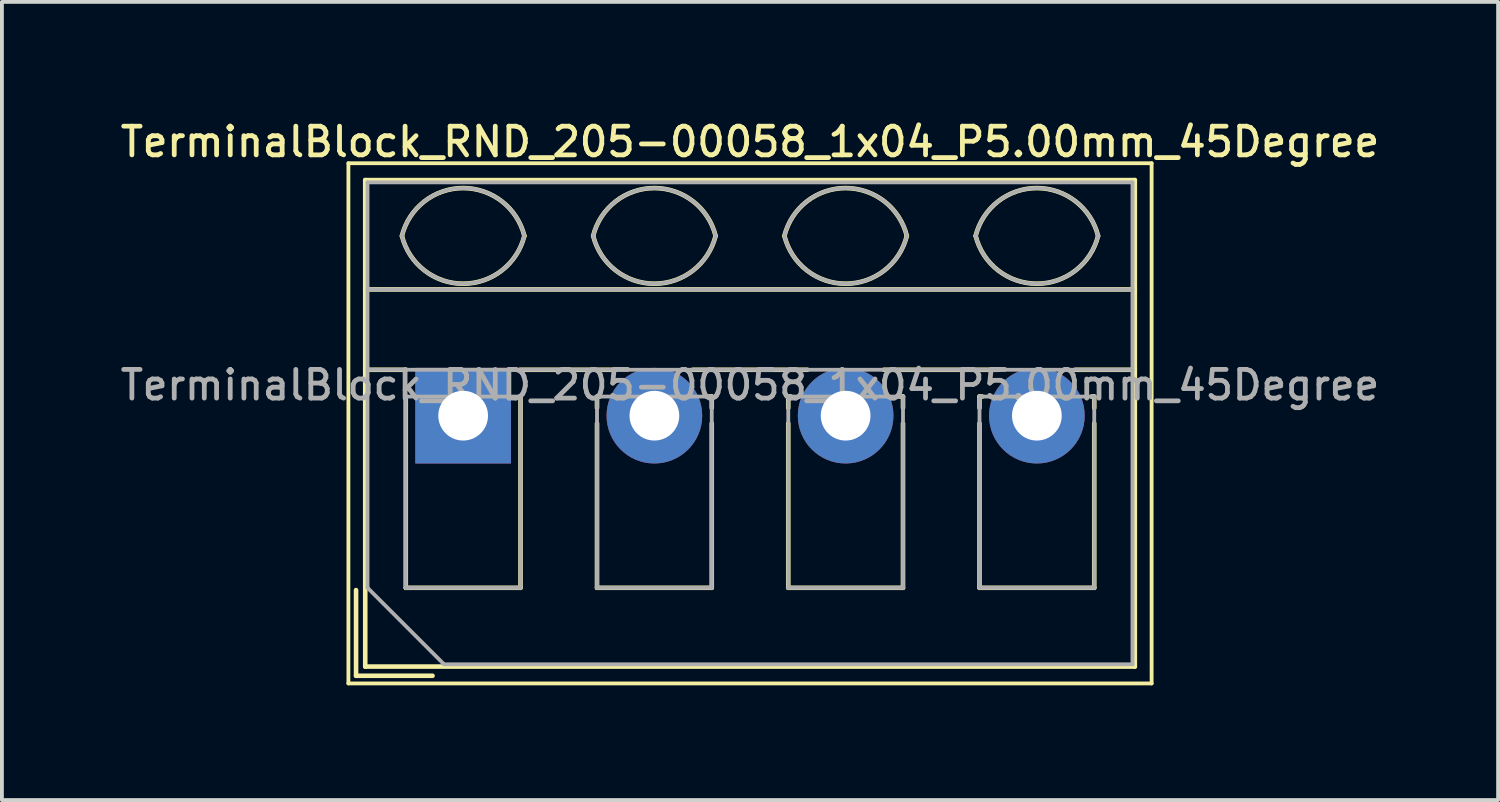
<source format=kicad_pcb>
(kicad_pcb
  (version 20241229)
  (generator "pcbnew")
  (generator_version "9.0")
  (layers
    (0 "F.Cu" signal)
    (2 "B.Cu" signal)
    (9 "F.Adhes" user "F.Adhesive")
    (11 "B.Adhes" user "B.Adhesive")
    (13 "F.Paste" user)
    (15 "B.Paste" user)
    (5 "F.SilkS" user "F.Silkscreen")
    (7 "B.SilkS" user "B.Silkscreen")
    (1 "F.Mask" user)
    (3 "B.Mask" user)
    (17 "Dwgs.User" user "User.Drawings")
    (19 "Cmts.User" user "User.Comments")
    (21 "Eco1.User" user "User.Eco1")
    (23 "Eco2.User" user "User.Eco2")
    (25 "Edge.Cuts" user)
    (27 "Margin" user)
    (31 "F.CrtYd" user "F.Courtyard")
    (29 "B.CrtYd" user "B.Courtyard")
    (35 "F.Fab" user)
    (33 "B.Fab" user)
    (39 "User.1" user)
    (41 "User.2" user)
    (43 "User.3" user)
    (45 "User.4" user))
  (footprint "TerminalBlock_RND_205-00058_1x04_P5.00mm_45Degree"
    (layer "F.Cu")
    (at 9.059 7.818)
    (property "Reference" "TerminalBlock_RND_205-00058_1x04_P5.00mm_45Degree" (at 7.5 -7.16 0) (layer "F.SilkS") (effects (font (size 0.75 0.75) (thickness 0.125))))
    (attr through_hole)
    (fp_line (start -3 -6.6) (end -3 7) (stroke (width 0.1) (type solid)) (layer "F.SilkS"))
    (fp_line (start -3 7) (end 18 7) (stroke (width 0.1) (type solid)) (layer "F.SilkS"))
    (fp_line (start -2.8 4.56) (end -2.8 6.8) (stroke (width 0.12) (type solid)) (layer "F.SilkS"))
    (fp_line (start -2.8 6.8) (end -0.8 6.8) (stroke (width 0.12) (type solid)) (layer "F.SilkS"))
    (fp_line (start -2.56 -6.16) (end -2.56 6.56) (stroke (width 0.12) (type solid)) (layer "F.SilkS"))
    (fp_line (start -2.56 -6.16) (end 17.561 -6.16) (stroke (width 0.12) (type solid)) (layer "F.SilkS"))
    (fp_line (start -2.56 -3.301) (end 17.561 -3.301) (stroke (width 0.12) (type solid)) (layer "F.SilkS"))
    (fp_line (start -2.56 -1.201) (end -1.49 -1.201) (stroke (width 0.12) (type solid)) (layer "F.SilkS"))
    (fp_line (start -2.56 6.56) (end 17.561 6.56) (stroke (width 0.12) (type solid)) (layer "F.SilkS"))
    (fp_line (start -1.5 -0.5) (end -1.5 4.5) (stroke (width 0.12) (type solid)) (layer "F.SilkS"))
    (fp_line (start -1.5 -0.5) (end -1.49 -0.5) (stroke (width 0.12) (type solid)) (layer "F.SilkS"))
    (fp_line (start -1.5 4.5) (end 1.5 4.5) (stroke (width 0.12) (type solid)) (layer "F.SilkS"))
    (fp_line (start 1.49 -1.201) (end 4 -1.201) (stroke (width 0.12) (type solid)) (layer "F.SilkS"))
    (fp_line (start 1.49 -0.5) (end 1.5 -0.5) (stroke (width 0.12) (type solid)) (layer "F.SilkS"))
    (fp_line (start 1.5 -0.5) (end 1.5 4.5) (stroke (width 0.12) (type solid)) (layer "F.SilkS"))
    (fp_line (start 3.5 -0.5) (end 3.5 -0.202) (stroke (width 0.12) (type solid)) (layer "F.SilkS"))
    (fp_line (start 3.5 -0.5) (end 3.57 -0.5) (stroke (width 0.12) (type solid)) (layer "F.SilkS"))
    (fp_line (start 3.5 0.202) (end 3.5 4.5) (stroke (width 0.12) (type solid)) (layer "F.SilkS"))
    (fp_line (start 3.5 4.5) (end 6.5 4.5) (stroke (width 0.12) (type solid)) (layer "F.SilkS"))
    (fp_line (start 6.001 -1.201) (end 9 -1.201) (stroke (width 0.12) (type solid)) (layer "F.SilkS"))
    (fp_line (start 6.431 -0.5) (end 6.5 -0.5) (stroke (width 0.12) (type solid)) (layer "F.SilkS"))
    (fp_line (start 6.5 -0.5) (end 6.5 -0.202) (stroke (width 0.12) (type solid)) (layer "F.SilkS"))
    (fp_line (start 6.5 0.202) (end 6.5 4.5) (stroke (width 0.12) (type solid)) (layer "F.SilkS"))
    (fp_line (start 8.5 -0.5) (end 8.5 -0.202) (stroke (width 0.12) (type solid)) (layer "F.SilkS"))
    (fp_line (start 8.5 -0.5) (end 8.57 -0.5) (stroke (width 0.12) (type solid)) (layer "F.SilkS"))
    (fp_line (start 8.5 0.202) (end 8.5 4.5) (stroke (width 0.12) (type solid)) (layer "F.SilkS"))
    (fp_line (start 8.5 4.5) (end 11.5 4.5) (stroke (width 0.12) (type solid)) (layer "F.SilkS"))
    (fp_line (start 11.001 -1.201) (end 14 -1.201) (stroke (width 0.12) (type solid)) (layer "F.SilkS"))
    (fp_line (start 11.431 -0.5) (end 11.5 -0.5) (stroke (width 0.12) (type solid)) (layer "F.SilkS"))
    (fp_line (start 11.5 -0.5) (end 11.5 -0.202) (stroke (width 0.12) (type solid)) (layer "F.SilkS"))
    (fp_line (start 11.5 0.202) (end 11.5 4.5) (stroke (width 0.12) (type solid)) (layer "F.SilkS"))
    (fp_line (start 13.5 -0.5) (end 13.5 -0.202) (stroke (width 0.12) (type solid)) (layer "F.SilkS"))
    (fp_line (start 13.5 -0.5) (end 13.57 -0.5) (stroke (width 0.12) (type solid)) (layer "F.SilkS"))
    (fp_line (start 13.5 0.202) (end 13.5 4.5) (stroke (width 0.12) (type solid)) (layer "F.SilkS"))
    (fp_line (start 13.5 4.5) (end 16.5 4.5) (stroke (width 0.12) (type solid)) (layer "F.SilkS"))
    (fp_line (start 16.001 -1.201) (end 17.561 -1.201) (stroke (width 0.12) (type solid)) (layer "F.SilkS"))
    (fp_line (start 16.431 -0.5) (end 16.5 -0.5) (stroke (width 0.12) (type solid)) (layer "F.SilkS"))
    (fp_line (start 16.5 -0.5) (end 16.5 -0.202) (stroke (width 0.12) (type solid)) (layer "F.SilkS"))
    (fp_line (start 16.5 0.202) (end 16.5 4.5) (stroke (width 0.12) (type solid)) (layer "F.SilkS"))
    (fp_line (start 17.561 -6.16) (end 17.561 6.56) (stroke (width 0.12) (type solid)) (layer "F.SilkS"))
    (fp_line (start 18 -6.6) (end -3 -6.6) (stroke (width 0.1) (type solid)) (layer "F.SilkS"))
    (fp_line (start 18 7) (end 18 -6.6) (stroke (width 0.1) (type solid)) (layer "F.SilkS"))
    (fp_arc (start -1.600914 -4.700344) (mid 0.000177 -5.95097) (end 1.601 -4.7) (stroke (width 0.12) (type solid)) (layer "F.SilkS"))
    (fp_arc (start 1.6 -4.7) (mid -0.000064 -3.45) (end -1.600031 -4.700125) (stroke (width 0.12) (type solid)) (layer "F.SilkS"))
    (fp_arc (start 3.399086 -4.700344) (mid 5.000177 -5.95097) (end 6.601 -4.7) (stroke (width 0.12) (type solid)) (layer "F.SilkS"))
    (fp_arc (start 6.6 -4.7) (mid 4.999936 -3.45) (end 3.399969 -4.700125) (stroke (width 0.12) (type solid)) (layer "F.SilkS"))
    (fp_arc (start 8.399086 -4.700344) (mid 10.000177 -5.95097) (end 11.601 -4.7) (stroke (width 0.12) (type solid)) (layer "F.SilkS"))
    (fp_arc (start 11.6 -4.7) (mid 9.999936 -3.45) (end 8.399969 -4.700125) (stroke (width 0.12) (type solid)) (layer "F.SilkS"))
    (fp_arc (start 13.399086 -4.700344) (mid 15.000177 -5.95097) (end 16.601 -4.7) (stroke (width 0.12) (type solid)) (layer "F.SilkS"))
    (fp_arc (start 16.6 -4.7) (mid 14.999936 -3.45) (end 13.399969 -4.700125) (stroke (width 0.12) (type solid)) (layer "F.SilkS"))
    (fp_line (start -2.5 -6.1) (end 17.5 -6.1) (stroke (width 0.1) (type solid)) (layer "F.Fab"))
    (fp_line (start -2.5 -3.3) (end 17.5 -3.3) (stroke (width 0.1) (type solid)) (layer "F.Fab"))
    (fp_line (start -2.5 -1.2) (end 17.5 -1.2) (stroke (width 0.1) (type solid)) (layer "F.Fab"))
    (fp_line (start -2.5 4.5) (end -2.5 -6.1) (stroke (width 0.1) (type solid)) (layer "F.Fab"))
    (fp_line (start -1.5 -0.5) (end -1.5 4.5) (stroke (width 0.1) (type solid)) (layer "F.Fab"))
    (fp_line (start -1.5 4.5) (end 1.5 4.5) (stroke (width 0.1) (type solid)) (layer "F.Fab"))
    (fp_line (start -0.5 6.5) (end -2.5 4.5) (stroke (width 0.1) (type solid)) (layer "F.Fab"))
    (fp_line (start 1.5 -0.5) (end -1.5 -0.5) (stroke (width 0.1) (type solid)) (layer "F.Fab"))
    (fp_line (start 1.5 4.5) (end 1.5 -0.5) (stroke (width 0.1) (type solid)) (layer "F.Fab"))
    (fp_line (start 3.5 -0.5) (end 3.5 4.5) (stroke (width 0.1) (type solid)) (layer "F.Fab"))
    (fp_line (start 3.5 4.5) (end 6.5 4.5) (stroke (width 0.1) (type solid)) (layer "F.Fab"))
    (fp_line (start 6.5 -0.5) (end 3.5 -0.5) (stroke (width 0.1) (type solid)) (layer "F.Fab"))
    (fp_line (start 6.5 4.5) (end 6.5 -0.5) (stroke (width 0.1) (type solid)) (layer "F.Fab"))
    (fp_line (start 8.5 -0.5) (end 8.5 4.5) (stroke (width 0.1) (type solid)) (layer "F.Fab"))
    (fp_line (start 8.5 4.5) (end 11.5 4.5) (stroke (width 0.1) (type solid)) (layer "F.Fab"))
    (fp_line (start 11.5 -0.5) (end 8.5 -0.5) (stroke (width 0.1) (type solid)) (layer "F.Fab"))
    (fp_line (start 11.5 4.5) (end 11.5 -0.5) (stroke (width 0.1) (type solid)) (layer "F.Fab"))
    (fp_line (start 13.5 -0.5) (end 13.5 4.5) (stroke (width 0.1) (type solid)) (layer "F.Fab"))
    (fp_line (start 13.5 4.5) (end 16.5 4.5) (stroke (width 0.1) (type solid)) (layer "F.Fab"))
    (fp_line (start 16.5 -0.5) (end 13.5 -0.5) (stroke (width 0.1) (type solid)) (layer "F.Fab"))
    (fp_line (start 16.5 4.5) (end 16.5 -0.5) (stroke (width 0.1) (type solid)) (layer "F.Fab"))
    (fp_line (start 17.5 -6.1) (end 17.5 6.5) (stroke (width 0.1) (type solid)) (layer "F.Fab"))
    (fp_line (start 17.5 6.5) (end -0.5 6.5) (stroke (width 0.1) (type solid)) (layer "F.Fab"))
    (fp_arc (start -1.600914 -4.700344) (mid 0.000177 -5.95097) (end 1.601 -4.7) (stroke (width 0.1) (type solid)) (layer "F.Fab"))
    (fp_arc (start 1.6 -4.7) (mid -0.000064 -3.45) (end -1.600031 -4.700125) (stroke (width 0.1) (type solid)) (layer "F.Fab"))
    (fp_arc (start 3.399086 -4.700344) (mid 5.000177 -5.95097) (end 6.601 -4.7) (stroke (width 0.1) (type solid)) (layer "F.Fab"))
    (fp_arc (start 6.6 -4.7) (mid 4.999936 -3.45) (end 3.399969 -4.700125) (stroke (width 0.1) (type solid)) (layer "F.Fab"))
    (fp_arc (start 8.399086 -4.700344) (mid 10.000177 -5.95097) (end 11.601 -4.7) (stroke (width 0.1) (type solid)) (layer "F.Fab"))
    (fp_arc (start 11.6 -4.7) (mid 9.999936 -3.45) (end 8.399969 -4.700125) (stroke (width 0.1) (type solid)) (layer "F.Fab"))
    (fp_arc (start 13.399086 -4.700344) (mid 15.000177 -5.95097) (end 16.601 -4.7) (stroke (width 0.1) (type solid)) (layer "F.Fab"))
    (fp_arc (start 16.6 -4.7) (mid 14.999936 -3.45) (end 13.399969 -4.700125) (stroke (width 0.1) (type solid)) (layer "F.Fab"))
    (fp_text user "${REFERENCE}" (at 7.5 -0.8 0) (layer "F.Fab") (effects (font (size 0.75 0.75) (thickness 0.125))))
    (pad "1" thru_hole rect (at 0 0) (size 2.5 2.5) (drill 1.3) (layers "*.Cu" "*.Mask"))
    (pad "2" thru_hole circle (at 5 0) (size 2.5 2.5) (drill 1.3) (layers "*.Cu" "*.Mask"))
    (pad "3" thru_hole circle (at 10 0) (size 2.5 2.5) (drill 1.3) (layers "*.Cu" "*.Mask"))
    (pad "4" thru_hole circle (at 15 0) (size 2.5 2.5) (drill 1.3) (layers "*.Cu" "*.Mask")))
  (gr_rect
    (start -3 -3)
    (end 36.118 17.868)
    (stroke (width 0.1) (type default))
    (fill no)
    (layer "Edge.Cuts")))
</source>
